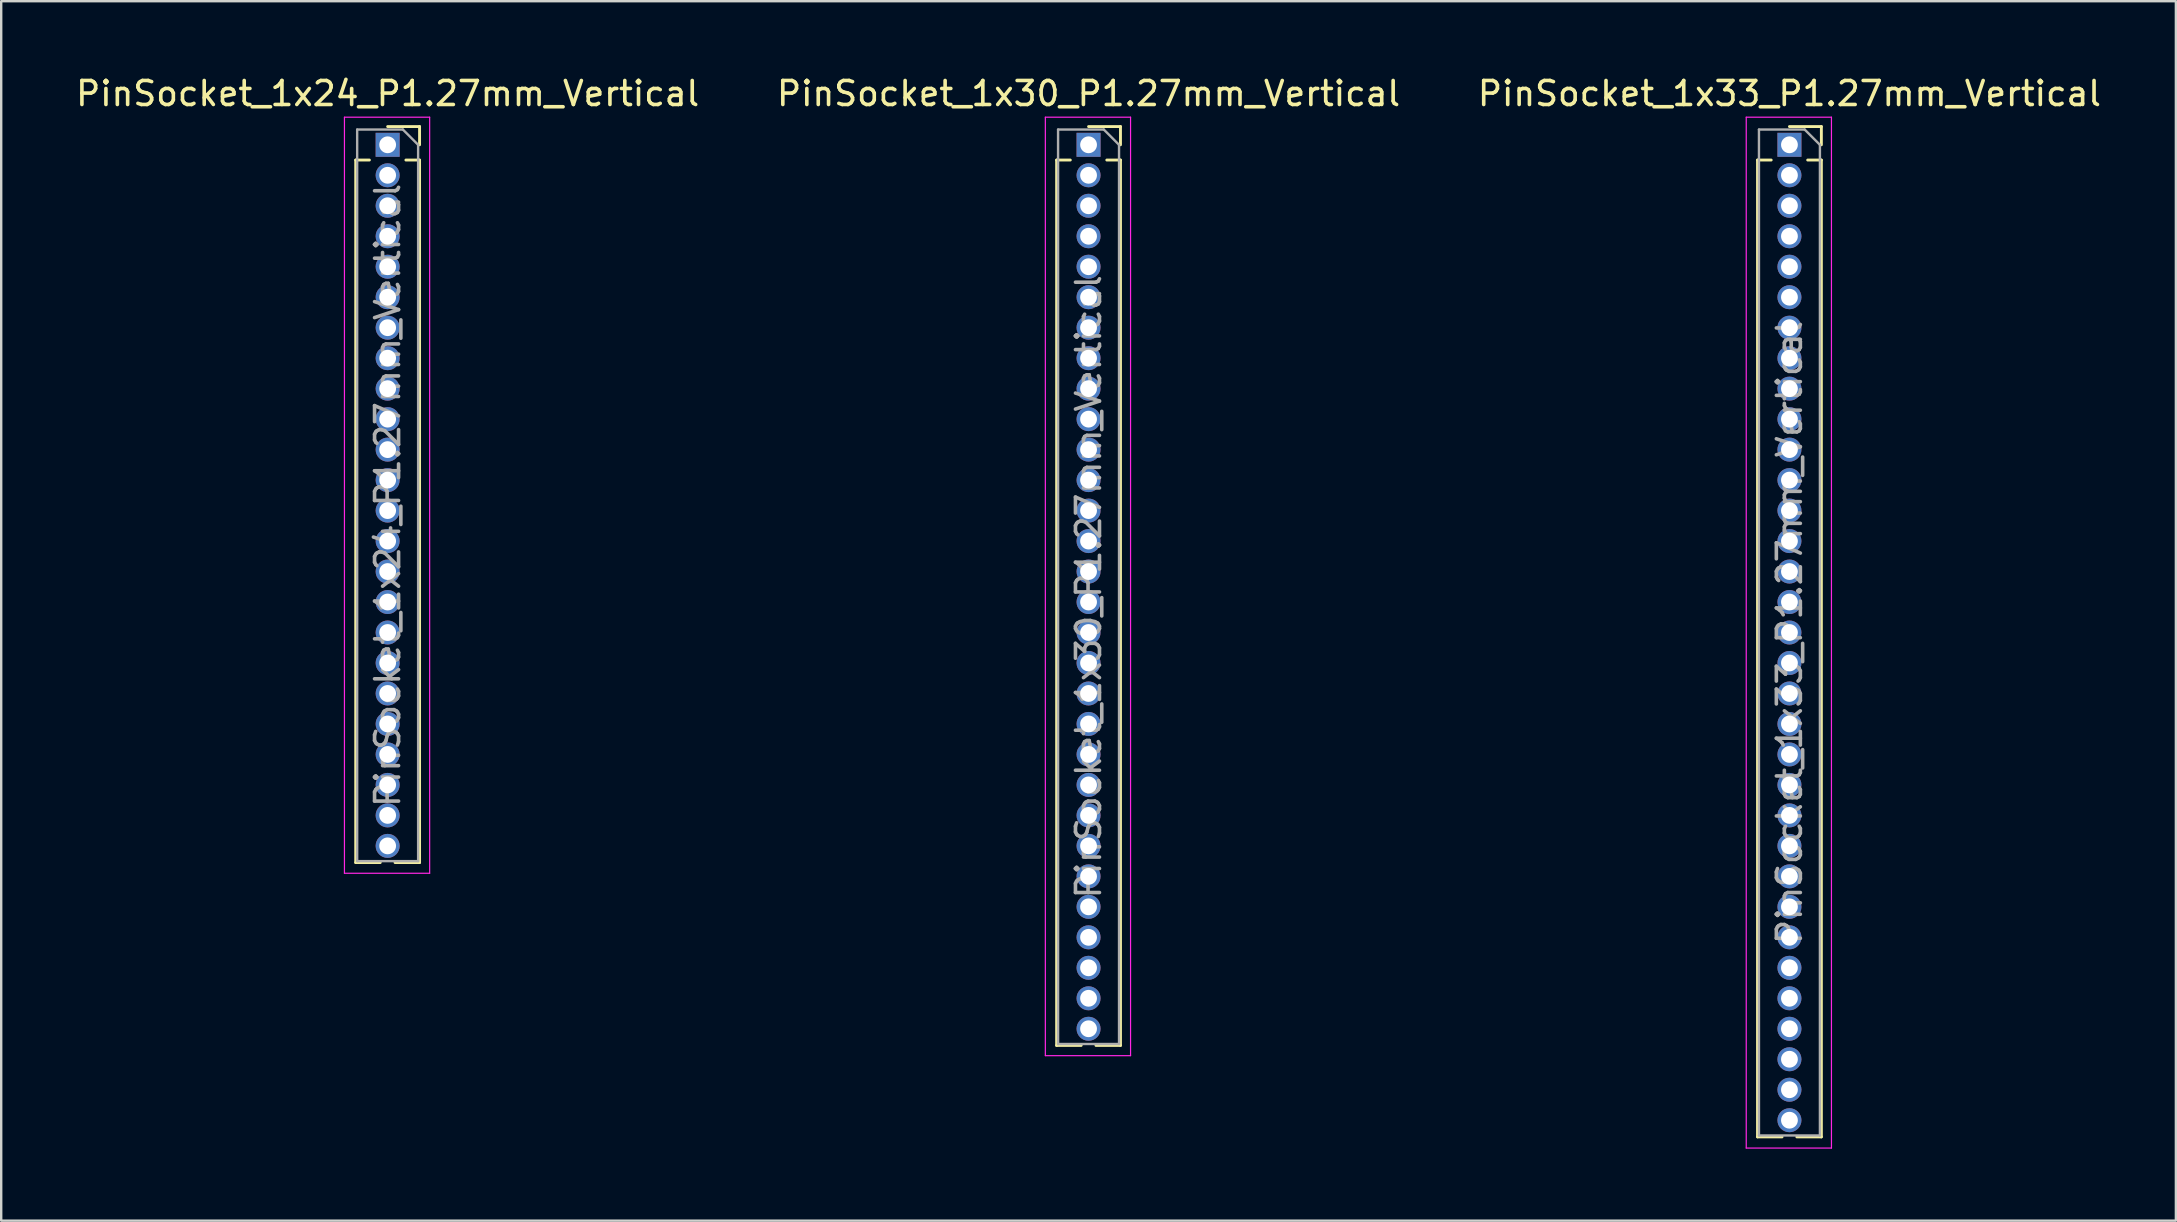
<source format=kicad_pcb>
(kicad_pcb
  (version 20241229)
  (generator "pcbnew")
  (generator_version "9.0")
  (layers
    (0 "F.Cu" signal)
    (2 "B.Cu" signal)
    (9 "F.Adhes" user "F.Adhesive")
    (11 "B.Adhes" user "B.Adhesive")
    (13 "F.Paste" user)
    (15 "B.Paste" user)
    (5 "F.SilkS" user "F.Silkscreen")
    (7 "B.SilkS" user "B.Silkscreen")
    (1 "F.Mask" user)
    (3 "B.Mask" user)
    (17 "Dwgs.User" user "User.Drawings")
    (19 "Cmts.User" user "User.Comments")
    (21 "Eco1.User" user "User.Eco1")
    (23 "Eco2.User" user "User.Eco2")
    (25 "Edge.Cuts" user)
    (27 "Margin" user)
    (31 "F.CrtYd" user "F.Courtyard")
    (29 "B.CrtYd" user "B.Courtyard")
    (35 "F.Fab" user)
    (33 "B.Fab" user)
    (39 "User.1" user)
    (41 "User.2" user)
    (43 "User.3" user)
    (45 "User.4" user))
  (footprint "PinSocket_1x30_P1.27mm_Vertical"
    (layer "F.Cu")
    (at 42.304 2.983)
    (property "Reference" "PinSocket_1x30_P1.27mm_Vertical" (at 0 -2.135 0) (layer "F.SilkS") (effects (font (size 1 1) (thickness 0.15))))
    (attr through_hole)
    (fp_line (start -1.33 0.635) (end -1.33 37.525) (stroke (width 0.12) (type solid)) (layer "F.SilkS"))
    (fp_line (start -1.33 0.635) (end -0.76 0.635) (stroke (width 0.12) (type solid)) (layer "F.SilkS"))
    (fp_line (start -1.33 37.525) (end -0.308 37.525) (stroke (width 0.12) (type solid)) (layer "F.SilkS"))
    (fp_line (start 0 -0.76) (end 1.33 -0.76) (stroke (width 0.12) (type solid)) (layer "F.SilkS"))
    (fp_line (start 0.308 37.525) (end 1.33 37.525) (stroke (width 0.12) (type solid)) (layer "F.SilkS"))
    (fp_line (start 0.76 0.635) (end 1.33 0.635) (stroke (width 0.12) (type solid)) (layer "F.SilkS"))
    (fp_line (start 1.33 -0.76) (end 1.33 0) (stroke (width 0.12) (type solid)) (layer "F.SilkS"))
    (fp_line (start 1.33 0.635) (end 1.33 37.525) (stroke (width 0.12) (type solid)) (layer "F.SilkS"))
    (fp_line (start -1.8 -1.15) (end 1.75 -1.15) (stroke (width 0.05) (type solid)) (layer "F.CrtYd"))
    (fp_line (start -1.8 37.95) (end -1.8 -1.15) (stroke (width 0.05) (type solid)) (layer "F.CrtYd"))
    (fp_line (start 1.75 -1.15) (end 1.75 37.95) (stroke (width 0.05) (type solid)) (layer "F.CrtYd"))
    (fp_line (start 1.75 37.95) (end -1.8 37.95) (stroke (width 0.05) (type solid)) (layer "F.CrtYd"))
    (fp_line (start -1.27 -0.635) (end 0.635 -0.635) (stroke (width 0.1) (type solid)) (layer "F.Fab"))
    (fp_line (start -1.27 37.465) (end -1.27 -0.635) (stroke (width 0.1) (type solid)) (layer "F.Fab"))
    (fp_line (start 0.635 -0.635) (end 1.27 0) (stroke (width 0.1) (type solid)) (layer "F.Fab"))
    (fp_line (start 1.27 0) (end 1.27 37.465) (stroke (width 0.1) (type solid)) (layer "F.Fab"))
    (fp_line (start 1.27 37.465) (end -1.27 37.465) (stroke (width 0.1) (type solid)) (layer "F.Fab"))
    (fp_text user "${REFERENCE}" (at 0 18.415 90) (layer "F.Fab") (effects (font (size 1 1) (thickness 0.15))))
    (pad "1" thru_hole rect (at 0 0) (size 1 1) (drill 0.7) (layers "*.Cu" "*.Mask"))
    (pad "2" thru_hole oval (at 0 1.27) (size 1 1) (drill 0.7) (layers "*.Cu" "*.Mask"))
    (pad "3" thru_hole oval (at 0 2.54) (size 1 1) (drill 0.7) (layers "*.Cu" "*.Mask"))
    (pad "4" thru_hole oval (at 0 3.81) (size 1 1) (drill 0.7) (layers "*.Cu" "*.Mask"))
    (pad "5" thru_hole oval (at 0 5.08) (size 1 1) (drill 0.7) (layers "*.Cu" "*.Mask"))
    (pad "6" thru_hole oval (at 0 6.35) (size 1 1) (drill 0.7) (layers "*.Cu" "*.Mask"))
    (pad "7" thru_hole oval (at 0 7.62) (size 1 1) (drill 0.7) (layers "*.Cu" "*.Mask"))
    (pad "8" thru_hole oval (at 0 8.89) (size 1 1) (drill 0.7) (layers "*.Cu" "*.Mask"))
    (pad "9" thru_hole oval (at 0 10.16) (size 1 1) (drill 0.7) (layers "*.Cu" "*.Mask"))
    (pad "10" thru_hole oval (at 0 11.43) (size 1 1) (drill 0.7) (layers "*.Cu" "*.Mask"))
    (pad "11" thru_hole oval (at 0 12.7) (size 1 1) (drill 0.7) (layers "*.Cu" "*.Mask"))
    (pad "12" thru_hole oval (at 0 13.97) (size 1 1) (drill 0.7) (layers "*.Cu" "*.Mask"))
    (pad "13" thru_hole oval (at 0 15.24) (size 1 1) (drill 0.7) (layers "*.Cu" "*.Mask"))
    (pad "14" thru_hole oval (at 0 16.51) (size 1 1) (drill 0.7) (layers "*.Cu" "*.Mask"))
    (pad "15" thru_hole oval (at 0 17.78) (size 1 1) (drill 0.7) (layers "*.Cu" "*.Mask"))
    (pad "16" thru_hole oval (at 0 19.05) (size 1 1) (drill 0.7) (layers "*.Cu" "*.Mask"))
    (pad "17" thru_hole oval (at 0 20.32) (size 1 1) (drill 0.7) (layers "*.Cu" "*.Mask"))
    (pad "18" thru_hole oval (at 0 21.59) (size 1 1) (drill 0.7) (layers "*.Cu" "*.Mask"))
    (pad "19" thru_hole oval (at 0 22.86) (size 1 1) (drill 0.7) (layers "*.Cu" "*.Mask"))
    (pad "20" thru_hole oval (at 0 24.13) (size 1 1) (drill 0.7) (layers "*.Cu" "*.Mask"))
    (pad "21" thru_hole oval (at 0 25.4) (size 1 1) (drill 0.7) (layers "*.Cu" "*.Mask"))
    (pad "22" thru_hole oval (at 0 26.67) (size 1 1) (drill 0.7) (layers "*.Cu" "*.Mask"))
    (pad "23" thru_hole oval (at 0 27.94) (size 1 1) (drill 0.7) (layers "*.Cu" "*.Mask"))
    (pad "24" thru_hole oval (at 0 29.21) (size 1 1) (drill 0.7) (layers "*.Cu" "*.Mask"))
    (pad "25" thru_hole oval (at 0 30.48) (size 1 1) (drill 0.7) (layers "*.Cu" "*.Mask"))
    (pad "26" thru_hole oval (at 0 31.75) (size 1 1) (drill 0.7) (layers "*.Cu" "*.Mask"))
    (pad "27" thru_hole oval (at 0 33.02) (size 1 1) (drill 0.7) (layers "*.Cu" "*.Mask"))
    (pad "28" thru_hole oval (at 0 34.29) (size 1 1) (drill 0.7) (layers "*.Cu" "*.Mask"))
    (pad "29" thru_hole oval (at 0 35.56) (size 1 1) (drill 0.7) (layers "*.Cu" "*.Mask"))
    (pad "30" thru_hole oval (at 0 36.83) (size 1 1) (drill 0.7) (layers "*.Cu" "*.Mask")))
  (footprint "PinSocket_1x33_P1.27mm_Vertical"
    (layer "F.Cu")
    (at 71.506 2.983)
    (property "Reference" "PinSocket_1x33_P1.27mm_Vertical" (at 0 -2.135 0) (layer "F.SilkS") (effects (font (size 1 1) (thickness 0.15))))
    (attr through_hole)
    (fp_line (start -1.33 0.635) (end -1.33 41.335) (stroke (width 0.12) (type solid)) (layer "F.SilkS"))
    (fp_line (start -1.33 0.635) (end -0.76 0.635) (stroke (width 0.12) (type solid)) (layer "F.SilkS"))
    (fp_line (start -1.33 41.335) (end -0.308 41.335) (stroke (width 0.12) (type solid)) (layer "F.SilkS"))
    (fp_line (start 0 -0.76) (end 1.33 -0.76) (stroke (width 0.12) (type solid)) (layer "F.SilkS"))
    (fp_line (start 0.308 41.335) (end 1.33 41.335) (stroke (width 0.12) (type solid)) (layer "F.SilkS"))
    (fp_line (start 0.76 0.635) (end 1.33 0.635) (stroke (width 0.12) (type solid)) (layer "F.SilkS"))
    (fp_line (start 1.33 -0.76) (end 1.33 0) (stroke (width 0.12) (type solid)) (layer "F.SilkS"))
    (fp_line (start 1.33 0.635) (end 1.33 41.335) (stroke (width 0.12) (type solid)) (layer "F.SilkS"))
    (fp_line (start -1.8 -1.15) (end 1.75 -1.15) (stroke (width 0.05) (type solid)) (layer "F.CrtYd"))
    (fp_line (start -1.8 41.8) (end -1.8 -1.15) (stroke (width 0.05) (type solid)) (layer "F.CrtYd"))
    (fp_line (start 1.75 -1.15) (end 1.75 41.8) (stroke (width 0.05) (type solid)) (layer "F.CrtYd"))
    (fp_line (start 1.75 41.8) (end -1.8 41.8) (stroke (width 0.05) (type solid)) (layer "F.CrtYd"))
    (fp_line (start -1.27 -0.635) (end 0.635 -0.635) (stroke (width 0.1) (type solid)) (layer "F.Fab"))
    (fp_line (start -1.27 41.275) (end -1.27 -0.635) (stroke (width 0.1) (type solid)) (layer "F.Fab"))
    (fp_line (start 0.635 -0.635) (end 1.27 0) (stroke (width 0.1) (type solid)) (layer "F.Fab"))
    (fp_line (start 1.27 0) (end 1.27 41.275) (stroke (width 0.1) (type solid)) (layer "F.Fab"))
    (fp_line (start 1.27 41.275) (end -1.27 41.275) (stroke (width 0.1) (type solid)) (layer "F.Fab"))
    (fp_text user "${REFERENCE}" (at 0 20.32 90) (layer "F.Fab") (effects (font (size 1 1) (thickness 0.15))))
    (pad "1" thru_hole rect (at 0 0) (size 1 1) (drill 0.7) (layers "*.Cu" "*.Mask"))
    (pad "2" thru_hole oval (at 0 1.27) (size 1 1) (drill 0.7) (layers "*.Cu" "*.Mask"))
    (pad "3" thru_hole oval (at 0 2.54) (size 1 1) (drill 0.7) (layers "*.Cu" "*.Mask"))
    (pad "4" thru_hole oval (at 0 3.81) (size 1 1) (drill 0.7) (layers "*.Cu" "*.Mask"))
    (pad "5" thru_hole oval (at 0 5.08) (size 1 1) (drill 0.7) (layers "*.Cu" "*.Mask"))
    (pad "6" thru_hole oval (at 0 6.35) (size 1 1) (drill 0.7) (layers "*.Cu" "*.Mask"))
    (pad "7" thru_hole oval (at 0 7.62) (size 1 1) (drill 0.7) (layers "*.Cu" "*.Mask"))
    (pad "8" thru_hole oval (at 0 8.89) (size 1 1) (drill 0.7) (layers "*.Cu" "*.Mask"))
    (pad "9" thru_hole oval (at 0 10.16) (size 1 1) (drill 0.7) (layers "*.Cu" "*.Mask"))
    (pad "10" thru_hole oval (at 0 11.43) (size 1 1) (drill 0.7) (layers "*.Cu" "*.Mask"))
    (pad "11" thru_hole oval (at 0 12.7) (size 1 1) (drill 0.7) (layers "*.Cu" "*.Mask"))
    (pad "12" thru_hole oval (at 0 13.97) (size 1 1) (drill 0.7) (layers "*.Cu" "*.Mask"))
    (pad "13" thru_hole oval (at 0 15.24) (size 1 1) (drill 0.7) (layers "*.Cu" "*.Mask"))
    (pad "14" thru_hole oval (at 0 16.51) (size 1 1) (drill 0.7) (layers "*.Cu" "*.Mask"))
    (pad "15" thru_hole oval (at 0 17.78) (size 1 1) (drill 0.7) (layers "*.Cu" "*.Mask"))
    (pad "16" thru_hole oval (at 0 19.05) (size 1 1) (drill 0.7) (layers "*.Cu" "*.Mask"))
    (pad "17" thru_hole oval (at 0 20.32) (size 1 1) (drill 0.7) (layers "*.Cu" "*.Mask"))
    (pad "18" thru_hole oval (at 0 21.59) (size 1 1) (drill 0.7) (layers "*.Cu" "*.Mask"))
    (pad "19" thru_hole oval (at 0 22.86) (size 1 1) (drill 0.7) (layers "*.Cu" "*.Mask"))
    (pad "20" thru_hole oval (at 0 24.13) (size 1 1) (drill 0.7) (layers "*.Cu" "*.Mask"))
    (pad "21" thru_hole oval (at 0 25.4) (size 1 1) (drill 0.7) (layers "*.Cu" "*.Mask"))
    (pad "22" thru_hole oval (at 0 26.67) (size 1 1) (drill 0.7) (layers "*.Cu" "*.Mask"))
    (pad "23" thru_hole oval (at 0 27.94) (size 1 1) (drill 0.7) (layers "*.Cu" "*.Mask"))
    (pad "24" thru_hole oval (at 0 29.21) (size 1 1) (drill 0.7) (layers "*.Cu" "*.Mask"))
    (pad "25" thru_hole oval (at 0 30.48) (size 1 1) (drill 0.7) (layers "*.Cu" "*.Mask"))
    (pad "26" thru_hole oval (at 0 31.75) (size 1 1) (drill 0.7) (layers "*.Cu" "*.Mask"))
    (pad "27" thru_hole oval (at 0 33.02) (size 1 1) (drill 0.7) (layers "*.Cu" "*.Mask"))
    (pad "28" thru_hole oval (at 0 34.29) (size 1 1) (drill 0.7) (layers "*.Cu" "*.Mask"))
    (pad "29" thru_hole oval (at 0 35.56) (size 1 1) (drill 0.7) (layers "*.Cu" "*.Mask"))
    (pad "30" thru_hole oval (at 0 36.83) (size 1 1) (drill 0.7) (layers "*.Cu" "*.Mask"))
    (pad "31" thru_hole oval (at 0 38.1) (size 1 1) (drill 0.7) (layers "*.Cu" "*.Mask"))
    (pad "32" thru_hole oval (at 0 39.37) (size 1 1) (drill 0.7) (layers "*.Cu" "*.Mask"))
    (pad "33" thru_hole oval (at 0 40.64) (size 1 1) (drill 0.7) (layers "*.Cu" "*.Mask")))
  (footprint "PinSocket_1x24_P1.27mm_Vertical"
    (layer "F.Cu")
    (at 13.101 2.983)
    (property "Reference" "PinSocket_1x24_P1.27mm_Vertical" (at 0 -2.135 0) (layer "F.SilkS") (effects (font (size 1 1) (thickness 0.15))))
    (attr through_hole)
    (fp_line (start -1.33 0.635) (end -1.33 29.905) (stroke (width 0.12) (type solid)) (layer "F.SilkS"))
    (fp_line (start -1.33 0.635) (end -0.76 0.635) (stroke (width 0.12) (type solid)) (layer "F.SilkS"))
    (fp_line (start -1.33 29.905) (end -0.308 29.905) (stroke (width 0.12) (type solid)) (layer "F.SilkS"))
    (fp_line (start 0 -0.76) (end 1.33 -0.76) (stroke (width 0.12) (type solid)) (layer "F.SilkS"))
    (fp_line (start 0.308 29.905) (end 1.33 29.905) (stroke (width 0.12) (type solid)) (layer "F.SilkS"))
    (fp_line (start 0.76 0.635) (end 1.33 0.635) (stroke (width 0.12) (type solid)) (layer "F.SilkS"))
    (fp_line (start 1.33 -0.76) (end 1.33 0) (stroke (width 0.12) (type solid)) (layer "F.SilkS"))
    (fp_line (start 1.33 0.635) (end 1.33 29.905) (stroke (width 0.12) (type solid)) (layer "F.SilkS"))
    (fp_line (start -1.8 -1.15) (end 1.75 -1.15) (stroke (width 0.05) (type solid)) (layer "F.CrtYd"))
    (fp_line (start -1.8 30.35) (end -1.8 -1.15) (stroke (width 0.05) (type solid)) (layer "F.CrtYd"))
    (fp_line (start 1.75 -1.15) (end 1.75 30.35) (stroke (width 0.05) (type solid)) (layer "F.CrtYd"))
    (fp_line (start 1.75 30.35) (end -1.8 30.35) (stroke (width 0.05) (type solid)) (layer "F.CrtYd"))
    (fp_line (start -1.27 -0.635) (end 0.635 -0.635) (stroke (width 0.1) (type solid)) (layer "F.Fab"))
    (fp_line (start -1.27 29.845) (end -1.27 -0.635) (stroke (width 0.1) (type solid)) (layer "F.Fab"))
    (fp_line (start 0.635 -0.635) (end 1.27 0) (stroke (width 0.1) (type solid)) (layer "F.Fab"))
    (fp_line (start 1.27 0) (end 1.27 29.845) (stroke (width 0.1) (type solid)) (layer "F.Fab"))
    (fp_line (start 1.27 29.845) (end -1.27 29.845) (stroke (width 0.1) (type solid)) (layer "F.Fab"))
    (fp_text user "${REFERENCE}" (at 0 14.605 90) (layer "F.Fab") (effects (font (size 1 1) (thickness 0.15))))
    (pad "1" thru_hole rect (at 0 0) (size 1 1) (drill 0.7) (layers "*.Cu" "*.Mask"))
    (pad "2" thru_hole oval (at 0 1.27) (size 1 1) (drill 0.7) (layers "*.Cu" "*.Mask"))
    (pad "3" thru_hole oval (at 0 2.54) (size 1 1) (drill 0.7) (layers "*.Cu" "*.Mask"))
    (pad "4" thru_hole oval (at 0 3.81) (size 1 1) (drill 0.7) (layers "*.Cu" "*.Mask"))
    (pad "5" thru_hole oval (at 0 5.08) (size 1 1) (drill 0.7) (layers "*.Cu" "*.Mask"))
    (pad "6" thru_hole oval (at 0 6.35) (size 1 1) (drill 0.7) (layers "*.Cu" "*.Mask"))
    (pad "7" thru_hole oval (at 0 7.62) (size 1 1) (drill 0.7) (layers "*.Cu" "*.Mask"))
    (pad "8" thru_hole oval (at 0 8.89) (size 1 1) (drill 0.7) (layers "*.Cu" "*.Mask"))
    (pad "9" thru_hole oval (at 0 10.16) (size 1 1) (drill 0.7) (layers "*.Cu" "*.Mask"))
    (pad "10" thru_hole oval (at 0 11.43) (size 1 1) (drill 0.7) (layers "*.Cu" "*.Mask"))
    (pad "11" thru_hole oval (at 0 12.7) (size 1 1) (drill 0.7) (layers "*.Cu" "*.Mask"))
    (pad "12" thru_hole oval (at 0 13.97) (size 1 1) (drill 0.7) (layers "*.Cu" "*.Mask"))
    (pad "13" thru_hole oval (at 0 15.24) (size 1 1) (drill 0.7) (layers "*.Cu" "*.Mask"))
    (pad "14" thru_hole oval (at 0 16.51) (size 1 1) (drill 0.7) (layers "*.Cu" "*.Mask"))
    (pad "15" thru_hole oval (at 0 17.78) (size 1 1) (drill 0.7) (layers "*.Cu" "*.Mask"))
    (pad "16" thru_hole oval (at 0 19.05) (size 1 1) (drill 0.7) (layers "*.Cu" "*.Mask"))
    (pad "17" thru_hole oval (at 0 20.32) (size 1 1) (drill 0.7) (layers "*.Cu" "*.Mask"))
    (pad "18" thru_hole oval (at 0 21.59) (size 1 1) (drill 0.7) (layers "*.Cu" "*.Mask"))
    (pad "19" thru_hole oval (at 0 22.86) (size 1 1) (drill 0.7) (layers "*.Cu" "*.Mask"))
    (pad "20" thru_hole oval (at 0 24.13) (size 1 1) (drill 0.7) (layers "*.Cu" "*.Mask"))
    (pad "21" thru_hole oval (at 0 25.4) (size 1 1) (drill 0.7) (layers "*.Cu" "*.Mask"))
    (pad "22" thru_hole oval (at 0 26.67) (size 1 1) (drill 0.7) (layers "*.Cu" "*.Mask"))
    (pad "23" thru_hole oval (at 0 27.94) (size 1 1) (drill 0.7) (layers "*.Cu" "*.Mask"))
    (pad "24" thru_hole oval (at 0 29.21) (size 1 1) (drill 0.7) (layers "*.Cu" "*.Mask")))
  (gr_rect
    (start -3 -3)
    (end 87.607 47.808)
    (stroke (width 0.1) (type default))
    (fill no)
    (layer "Edge.Cuts")))
</source>
